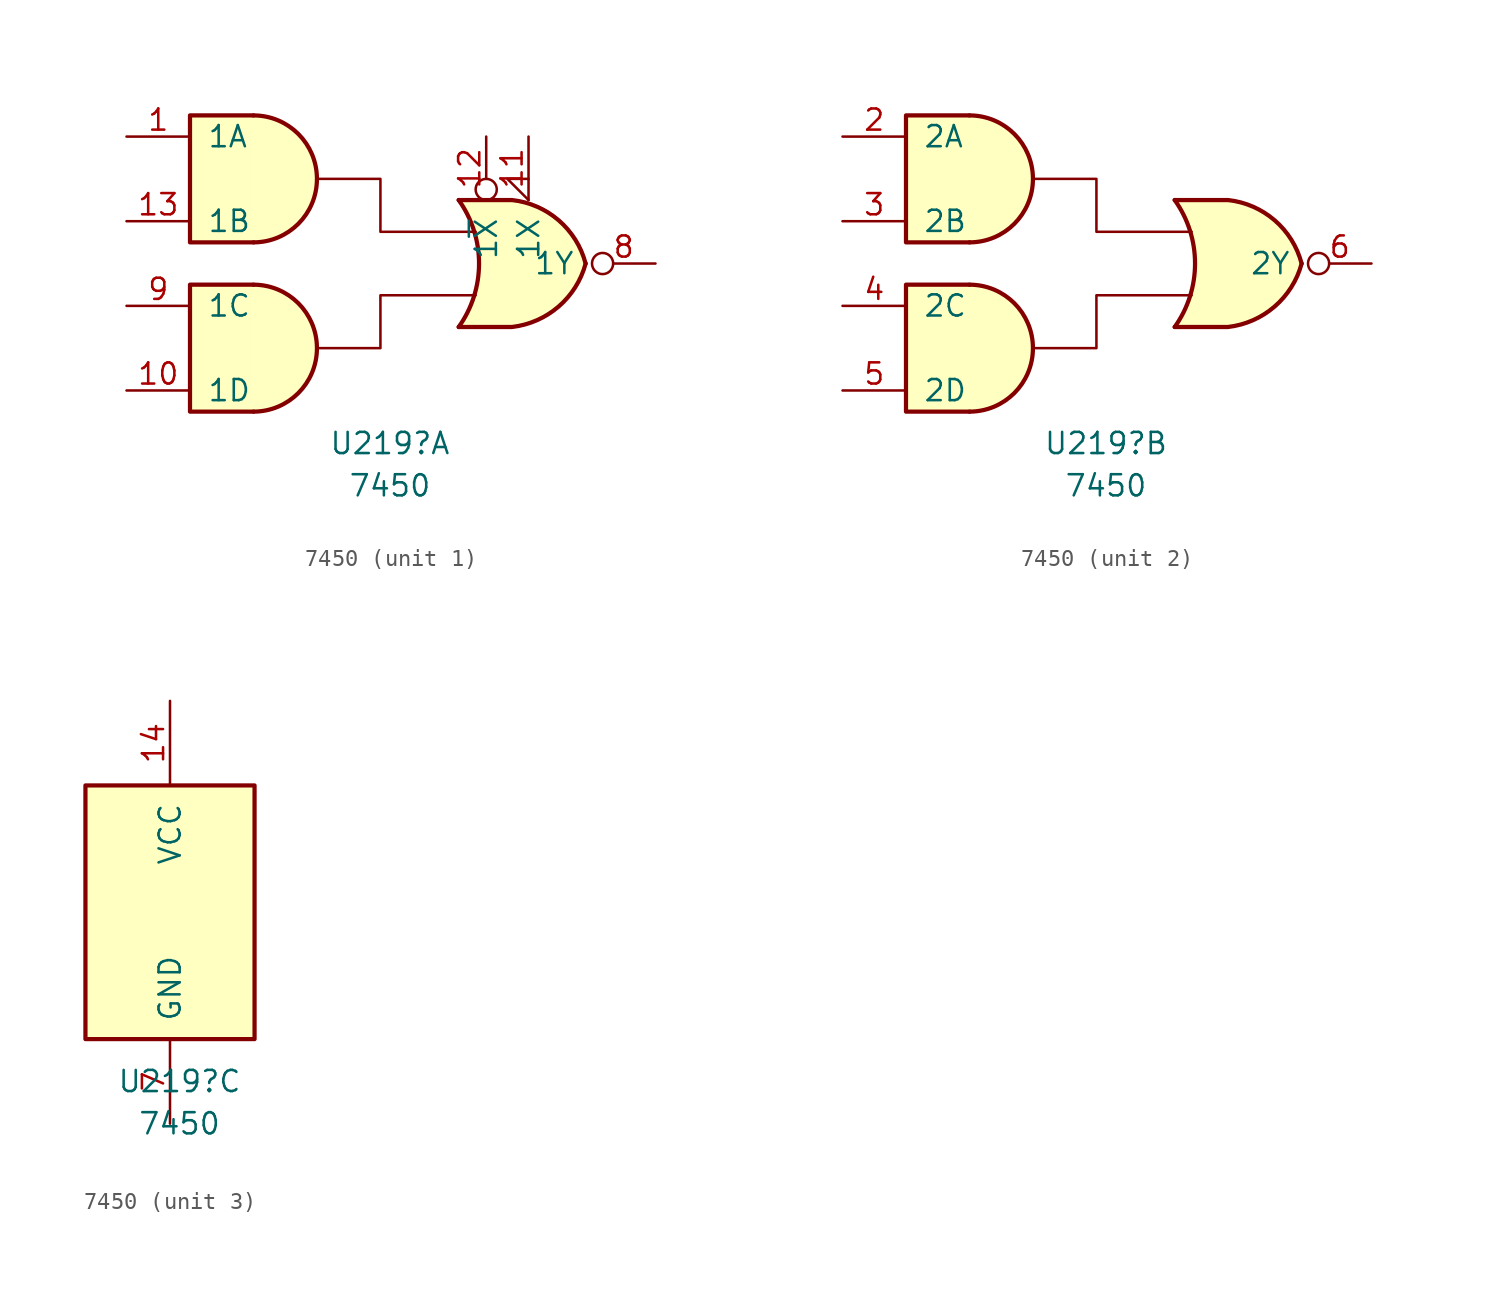
<source format=kicad_sym>
(kicad_symbol_lib
  (version 20231120)
  (generator "kicad_symbol_editor")
  (generator_version "8.0")
  (symbol "7450"
    (pin_names
      (offset 1.016))
    (property "Reference" "U219"
      (at 0.572 -10.795 0)
      (effects (font (size 1.27 1.27))))
    (property "Value" "7450"
      (at 0.572 -13.335 0)
      (effects (font (size 1.27 1.27))))
    (property "ki_locked" ""
      (at 0 0 0)
      (effects (font (size 1.27 1.27))))
    (symbol "7450_1_1"
      (arc (start -7.62 -8.89) (mid -3.8266 -5.08) (end -7.62 -1.27) (stroke (width 0.254) (type default)) (fill (type background)))
      (arc (start -7.62 1.27) (mid -3.8266 5.08) (end -7.62 8.89) (stroke (width 0.254) (type default)) (fill (type background)))
      (polyline (pts (xy 4.699 -3.81) (xy 7.874 -3.81)) (stroke (width 0.254) (type default)) (fill (type background)))
      (polyline (pts (xy 4.699 3.81) (xy 7.874 3.81)) (stroke (width 0.254) (type default)) (fill (type background)))
      (polyline (pts (xy -7.62 -1.27) (xy -11.43 -1.27) (xy -11.43 -8.89) (xy -7.62 -8.89)) (stroke (width 0.254) (type default)) (fill (type background)))
      (polyline (pts (xy -7.62 8.89) (xy -11.43 8.89) (xy -11.43 1.27) (xy -7.62 1.27)) (stroke (width 0.254) (type default)) (fill (type background)))
      (polyline (pts (xy -3.81 -5.08) (xy 0 -5.08) (xy 0 -1.905) (xy 5.715 -1.905)) (stroke (width 0) (type default)) (fill (type none)))
      (polyline (pts (xy -3.81 5.08) (xy 0 5.08) (xy 0 1.905) (xy 5.715 1.905)) (stroke (width 0) (type default)) (fill (type none)))
      (polyline (pts (xy 7.874 3.81) (xy 4.699 3.81) (xy 4.699 3.81) (xy 4.953 3.404) (xy 5.486 2.261) (xy 5.816 1.041) (xy 5.893 -0.254) (xy 5.74 -1.499) (xy 5.334 -2.718) (xy 4.699 -3.81) (xy 4.699 -3.81) (xy 7.874 -3.81)) (stroke (width -25.4) (type default)) (fill (type background)))
      (arc (start 4.6988 -3.81) (mid 5.9198 0) (end 4.6988 3.81) (stroke (width 0.254) (type default)) (fill (type none)))
      (arc (start 7.8992 -3.81) (mid 10.6943 -2.584) (end 12.3188 0) (stroke (width 0.254) (type default)) (fill (type background)))
      (arc (start 12.3188 0) (mid 10.7016 2.5925) (end 7.8992 3.81) (stroke (width 0.254) (type default)) (fill (type background)))
      (pin input line (at -15.24 7.62 0) (length 3.81) (name "1A" (effects (font (size 1.27 1.27)))) (number "1" (effects (font (size 1.27 1.27)))))
      (pin input line (at -15.24 -7.62 0) (length 3.81) (name "1D" (effects (font (size 1.27 1.27)))) (number "10" (effects (font (size 1.27 1.27)))))
      (pin input input_low (at 8.89 7.62 270) (length 3.81) (name "1X" (effects (font (size 1.27 1.27)))) (number "11" (effects (font (size 1.27 1.27)))))
      (pin input inverted (at 6.35 7.62 270) (length 3.81) (name "1~{X}" (effects (font (size 1.27 1.27)))) (number "12" (effects (font (size 1.27 1.27)))))
      (pin input line (at -15.24 2.54 0) (length 3.81) (name "1B" (effects (font (size 1.27 1.27)))) (number "13" (effects (font (size 1.27 1.27)))))
      (pin output inverted (at 16.51 0 180) (length 3.81) (name "1Y" (effects (font (size 1.27 1.27)))) (number "8" (effects (font (size 1.27 1.27)))))
      (pin input line (at -15.24 -2.54 0) (length 3.81) (name "1C" (effects (font (size 1.27 1.27)))) (number "9" (effects (font (size 1.27 1.27))))))
    (symbol "7450_2_1"
      (arc (start -7.62 -8.89) (mid -3.8266 -5.08) (end -7.62 -1.27) (stroke (width 0.254) (type default)) (fill (type background)))
      (arc (start -7.62 1.27) (mid -3.8266 5.08) (end -7.62 8.89) (stroke (width 0.254) (type default)) (fill (type background)))
      (polyline (pts (xy 4.699 -3.81) (xy 7.874 -3.81)) (stroke (width 0.254) (type default)) (fill (type background)))
      (polyline (pts (xy 4.699 3.81) (xy 7.874 3.81)) (stroke (width 0.254) (type default)) (fill (type background)))
      (polyline (pts (xy -7.62 -1.27) (xy -11.43 -1.27) (xy -11.43 -8.89) (xy -7.62 -8.89)) (stroke (width 0.254) (type default)) (fill (type background)))
      (polyline (pts (xy -7.62 8.89) (xy -11.43 8.89) (xy -11.43 1.27) (xy -7.62 1.27)) (stroke (width 0.254) (type default)) (fill (type background)))
      (polyline (pts (xy -3.81 -5.08) (xy 0 -5.08) (xy 0 -1.905) (xy 5.715 -1.905)) (stroke (width 0) (type default)) (fill (type none)))
      (polyline (pts (xy -3.81 5.08) (xy 0 5.08) (xy 0 1.905) (xy 5.715 1.905)) (stroke (width 0) (type default)) (fill (type none)))
      (polyline (pts (xy 7.874 3.81) (xy 4.699 3.81) (xy 4.699 3.81) (xy 4.953 3.404) (xy 5.486 2.261) (xy 5.816 1.041) (xy 5.893 -0.254) (xy 5.74 -1.499) (xy 5.334 -2.718) (xy 4.699 -3.81) (xy 4.699 -3.81) (xy 7.874 -3.81)) (stroke (width -25.4) (type default)) (fill (type background)))
      (arc (start 4.6988 -3.81) (mid 5.9198 0) (end 4.6988 3.81) (stroke (width 0.254) (type default)) (fill (type none)))
      (arc (start 7.8992 -3.81) (mid 10.6943 -2.584) (end 12.3188 0) (stroke (width 0.254) (type default)) (fill (type background)))
      (arc (start 12.3188 0) (mid 10.7016 2.5925) (end 7.8992 3.81) (stroke (width 0.254) (type default)) (fill (type background)))
      (pin input line (at -15.24 7.62 0) (length 3.81) (name "2A" (effects (font (size 1.27 1.27)))) (number "2" (effects (font (size 1.27 1.27)))))
      (pin input line (at -15.24 2.54 0) (length 3.81) (name "2B" (effects (font (size 1.27 1.27)))) (number "3" (effects (font (size 1.27 1.27)))))
      (pin input line (at -15.24 -2.54 0) (length 3.81) (name "2C" (effects (font (size 1.27 1.27)))) (number "4" (effects (font (size 1.27 1.27)))))
      (pin input line (at -15.24 -7.62 0) (length 3.81) (name "2D" (effects (font (size 1.27 1.27)))) (number "5" (effects (font (size 1.27 1.27)))))
      (pin output inverted (at 16.51 0 180) (length 3.81) (name "2Y" (effects (font (size 1.27 1.27)))) (number "6" (effects (font (size 1.27 1.27))))))
    (symbol "7450_3_0"
      (pin power_in line (at 0 12.065 270) (length 5.08) (name "VCC" (effects (font (size 1.27 1.27)))) (number "14" (effects (font (size 1.27 1.27)))))
      (pin power_in line (at 0 -13.335 90) (length 5.08) (name "GND" (effects (font (size 1.27 1.27)))) (number "7" (effects (font (size 1.27 1.27))))))
    (symbol "7450_3_1"
      (rectangle (start -5.08 6.985) (end 5.08 -8.255) (stroke (width 0.254) (type default)) (fill (type background))))))
</source>
